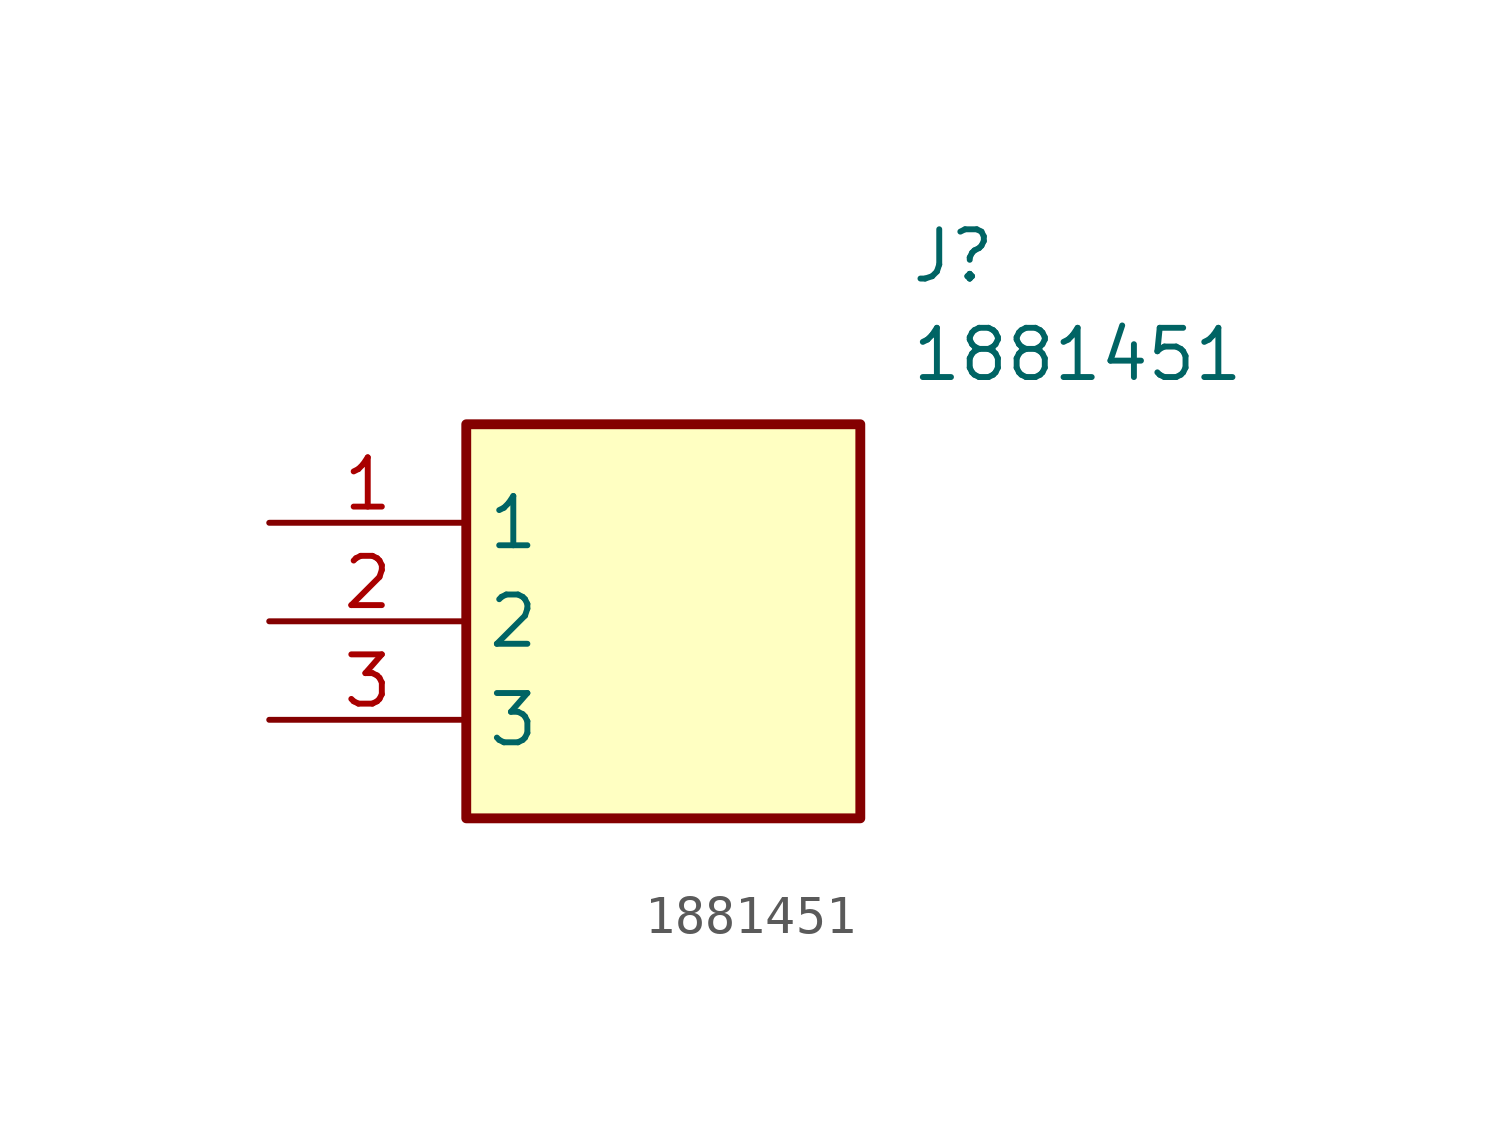
<source format=kicad_sym>
(kicad_symbol_lib
  (version 20211014)
  (generator SamacSys_ECAD_Model)
  (symbol "1881451"
    (property "Reference" "J"
      (at 16.51 7.62 0)
      (effects (font (size 1.27 1.27)) (justify left top)))
    (property "Value" "1881451"
      (at 16.51 5.08 0)
      (effects (font (size 1.27 1.27)) (justify left top)))
    (rectangle
      (start 5.08 2.54)
      (end 15.24 -7.62)
      (stroke (width 0.254) (type default))
      (fill (type background)))
    (pin passive line
      (at 0 0 0)
      (length 5.08)
      (name "1" (effects (font (size 1.27 1.27))))
      (number "1" (effects (font (size 1.27 1.27)))))
    (pin passive line
      (at 0 -2.54 0)
      (length 5.08)
      (name "2" (effects (font (size 1.27 1.27))))
      (number "2" (effects (font (size 1.27 1.27)))))
    (pin passive line
      (at 0 -5.08 0)
      (length 5.08)
      (name "3" (effects (font (size 1.27 1.27))))
      (number "3" (effects (font (size 1.27 1.27)))))))
</source>
